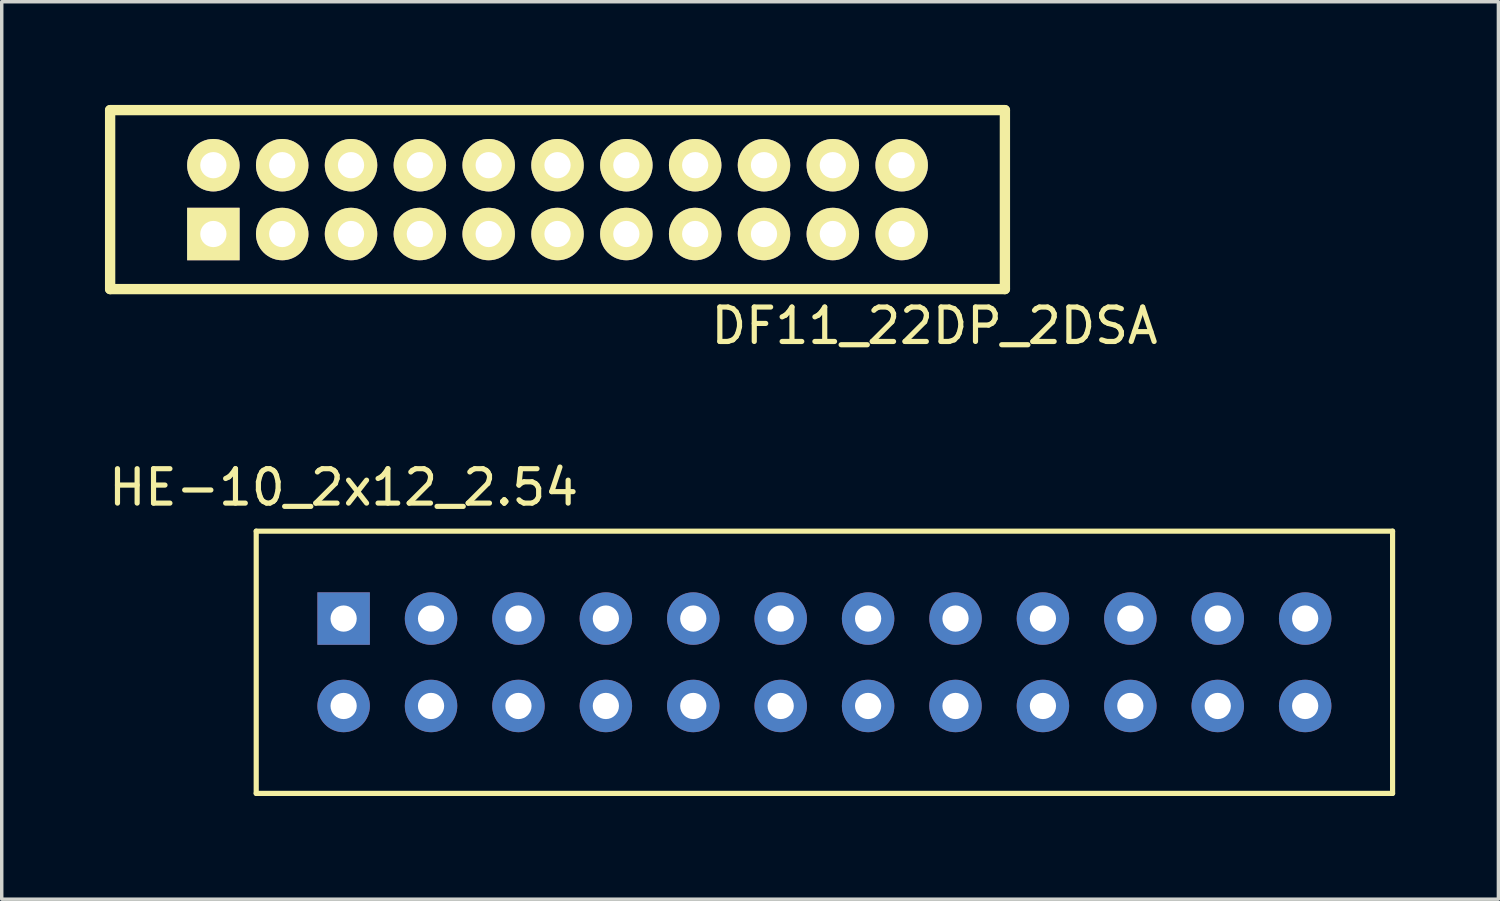
<source format=kicad_pcb>
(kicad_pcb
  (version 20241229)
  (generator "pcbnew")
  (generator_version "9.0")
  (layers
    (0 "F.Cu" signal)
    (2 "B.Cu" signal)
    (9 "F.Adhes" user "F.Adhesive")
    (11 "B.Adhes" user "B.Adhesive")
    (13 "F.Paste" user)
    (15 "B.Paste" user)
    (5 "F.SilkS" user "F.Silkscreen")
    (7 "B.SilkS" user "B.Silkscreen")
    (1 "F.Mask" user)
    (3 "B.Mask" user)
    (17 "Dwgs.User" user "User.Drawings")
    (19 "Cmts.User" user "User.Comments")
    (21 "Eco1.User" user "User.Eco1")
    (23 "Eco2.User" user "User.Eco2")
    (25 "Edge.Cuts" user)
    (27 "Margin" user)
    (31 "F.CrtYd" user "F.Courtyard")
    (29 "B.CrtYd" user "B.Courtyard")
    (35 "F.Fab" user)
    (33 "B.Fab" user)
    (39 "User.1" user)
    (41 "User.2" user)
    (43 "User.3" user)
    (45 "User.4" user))
  (footprint "HE-10_2x12_2.54"
    (layer "F.Cu")
    (at 6.935 14.924)
    (property "Reference" "HE-10_2x12_2.54" (at 0 -3.81 0) (layer "F.SilkS") (effects (font (size 1 1) (thickness 0.15))))
    (attr through_hole)
    (fp_line (start -2.54 -2.54) (end 30.48 -2.54) (stroke (width 0.15) (type solid)) (layer "F.SilkS"))
    (fp_line (start -2.54 5.08) (end -2.54 -2.54) (stroke (width 0.15) (type solid)) (layer "F.SilkS"))
    (fp_line (start 30.48 -2.54) (end 30.48 5.08) (stroke (width 0.15) (type solid)) (layer "F.SilkS"))
    (fp_line (start 30.48 5.08) (end -2.54 5.08) (stroke (width 0.15) (type solid)) (layer "F.SilkS"))
    (pad "1" thru_hole rect (at 0 0) (size 1.524 1.524) (drill 0.762) (layers "*.Cu" "*.Mask"))
    (pad "2" thru_hole circle (at 0 2.54) (size 1.524 1.524) (drill 0.762) (layers "*.Cu" "*.Mask"))
    (pad "3" thru_hole circle (at 2.54 0) (size 1.524 1.524) (drill 0.762) (layers "*.Cu" "*.Mask"))
    (pad "4" thru_hole circle (at 2.54 2.54) (size 1.524 1.524) (drill 0.762) (layers "*.Cu" "*.Mask"))
    (pad "5" thru_hole circle (at 5.08 0) (size 1.524 1.524) (drill 0.762) (layers "*.Cu" "*.Mask"))
    (pad "6" thru_hole circle (at 5.08 2.54) (size 1.524 1.524) (drill 0.762) (layers "*.Cu" "*.Mask"))
    (pad "7" thru_hole circle (at 7.62 0) (size 1.524 1.524) (drill 0.762) (layers "*.Cu" "*.Mask"))
    (pad "8" thru_hole circle (at 7.62 2.54) (size 1.524 1.524) (drill 0.762) (layers "*.Cu" "*.Mask"))
    (pad "9" thru_hole circle (at 10.16 0) (size 1.524 1.524) (drill 0.762) (layers "*.Cu" "*.Mask"))
    (pad "10" thru_hole circle (at 10.16 2.54) (size 1.524 1.524) (drill 0.762) (layers "*.Cu" "*.Mask"))
    (pad "11" thru_hole circle (at 12.7 0) (size 1.524 1.524) (drill 0.762) (layers "*.Cu" "*.Mask"))
    (pad "12" thru_hole circle (at 12.7 2.54) (size 1.524 1.524) (drill 0.762) (layers "*.Cu" "*.Mask"))
    (pad "13" thru_hole circle (at 15.24 0) (size 1.524 1.524) (drill 0.762) (layers "*.Cu" "*.Mask"))
    (pad "14" thru_hole circle (at 15.24 2.54) (size 1.524 1.524) (drill 0.762) (layers "*.Cu" "*.Mask"))
    (pad "15" thru_hole circle (at 17.78 0) (size 1.524 1.524) (drill 0.762) (layers "*.Cu" "*.Mask"))
    (pad "16" thru_hole circle (at 17.78 2.54) (size 1.524 1.524) (drill 0.762) (layers "*.Cu" "*.Mask"))
    (pad "17" thru_hole circle (at 20.32 0) (size 1.524 1.524) (drill 0.762) (layers "*.Cu" "*.Mask"))
    (pad "18" thru_hole circle (at 20.32 2.54) (size 1.524 1.524) (drill 0.762) (layers "*.Cu" "*.Mask"))
    (pad "19" thru_hole circle (at 22.86 0) (size 1.524 1.524) (drill 0.762) (layers "*.Cu" "*.Mask"))
    (pad "20" thru_hole circle (at 22.86 2.54) (size 1.524 1.524) (drill 0.762) (layers "*.Cu" "*.Mask"))
    (pad "21" thru_hole circle (at 25.4 0) (size 1.524 1.524) (drill 0.762) (layers "*.Cu" "*.Mask"))
    (pad "22" thru_hole circle (at 25.4 2.54) (size 1.524 1.524) (drill 0.762) (layers "*.Cu" "*.Mask"))
    (pad "23" thru_hole circle (at 27.94 0) (size 1.524 1.524) (drill 0.762) (layers "*.Cu" "*.Mask"))
    (pad "24" thru_hole circle (at 27.94 2.54) (size 1.524 1.524) (drill 0.762) (layers "*.Cu" "*.Mask")))
  (footprint "DF11_22DP_2DSA"
    (layer "F.Cu")
    (at 3.15 3.75)
    (property "Reference" "DF11_22DP_2DSA" (at 20.955 2.667 0) (layer "F.SilkS") (effects (font (size 1 1) (thickness 0.15))))
    (attr through_hole)
    (fp_line (start -3 -3.6) (end -3 1.6) (stroke (width 0.3) (type solid)) (layer "F.SilkS"))
    (fp_line (start -3 -3.6) (end 23 -3.6) (stroke (width 0.3) (type solid)) (layer "F.SilkS"))
    (fp_line (start -3 1.6) (end 23 1.6) (stroke (width 0.3) (type solid)) (layer "F.SilkS"))
    (fp_line (start 23 -3.6) (end 23 1.6) (stroke (width 0.3) (type solid)) (layer "F.SilkS"))
    (pad "1" thru_hole rect (at 0 0) (size 1.524 1.524) (drill 0.762) (layers "*.Cu" "*.Mask" "F.SilkS"))
    (pad "2" thru_hole circle (at 0 -2) (size 1.524 1.524) (drill 0.762) (layers "*.Cu" "*.Mask" "F.SilkS"))
    (pad "3" thru_hole circle (at 2 0) (size 1.524 1.524) (drill 0.762) (layers "*.Cu" "*.Mask" "F.SilkS"))
    (pad "4" thru_hole circle (at 2 -2) (size 1.524 1.524) (drill 0.762) (layers "*.Cu" "*.Mask" "F.SilkS"))
    (pad "5" thru_hole circle (at 4 0) (size 1.524 1.524) (drill 0.762) (layers "*.Cu" "*.Mask" "F.SilkS"))
    (pad "6" thru_hole circle (at 4 -2) (size 1.524 1.524) (drill 0.762) (layers "*.Cu" "*.Mask" "F.SilkS"))
    (pad "7" thru_hole circle (at 6 0) (size 1.524 1.524) (drill 0.762) (layers "*.Cu" "*.Mask" "F.SilkS"))
    (pad "8" thru_hole circle (at 6 -2) (size 1.524 1.524) (drill 0.762) (layers "*.Cu" "*.Mask" "F.SilkS"))
    (pad "9" thru_hole circle (at 8 0) (size 1.524 1.524) (drill 0.762) (layers "*.Cu" "*.Mask" "F.SilkS"))
    (pad "10" thru_hole circle (at 8 -2) (size 1.524 1.524) (drill 0.762) (layers "*.Cu" "*.Mask" "F.SilkS"))
    (pad "11" thru_hole circle (at 10 0) (size 1.524 1.524) (drill 0.762) (layers "*.Cu" "*.Mask" "F.SilkS"))
    (pad "12" thru_hole circle (at 10 -2) (size 1.524 1.524) (drill 0.762) (layers "*.Cu" "*.Mask" "F.SilkS"))
    (pad "13" thru_hole circle (at 12 0) (size 1.524 1.524) (drill 0.762) (layers "*.Cu" "*.Mask" "F.SilkS"))
    (pad "14" thru_hole circle (at 12 -2) (size 1.524 1.524) (drill 0.762) (layers "*.Cu" "*.Mask" "F.SilkS"))
    (pad "15" thru_hole circle (at 14 0) (size 1.524 1.524) (drill 0.762) (layers "*.Cu" "*.Mask" "F.SilkS"))
    (pad "16" thru_hole circle (at 14 -2) (size 1.524 1.524) (drill 0.762) (layers "*.Cu" "*.Mask" "F.SilkS"))
    (pad "17" thru_hole circle (at 16 0) (size 1.524 1.524) (drill 0.762) (layers "*.Cu" "*.Mask" "F.SilkS"))
    (pad "18" thru_hole circle (at 16 -2) (size 1.524 1.524) (drill 0.762) (layers "*.Cu" "*.Mask" "F.SilkS"))
    (pad "19" thru_hole circle (at 18 0) (size 1.524 1.524) (drill 0.762) (layers "*.Cu" "*.Mask" "F.SilkS"))
    (pad "20" thru_hole circle (at 18 -2) (size 1.524 1.524) (drill 0.762) (layers "*.Cu" "*.Mask" "F.SilkS"))
    (pad "21" thru_hole circle (at 20 0) (size 1.524 1.524) (drill 0.762) (layers "*.Cu" "*.Mask" "F.SilkS"))
    (pad "22" thru_hole circle (at 20 -2) (size 1.524 1.524) (drill 0.762) (layers "*.Cu" "*.Mask" "F.SilkS")))
  (gr_rect
    (start -3 -3)
    (end 40.49 23.078)
    (stroke (width 0.1) (type default))
    (fill no)
    (layer "Edge.Cuts")))
</source>
